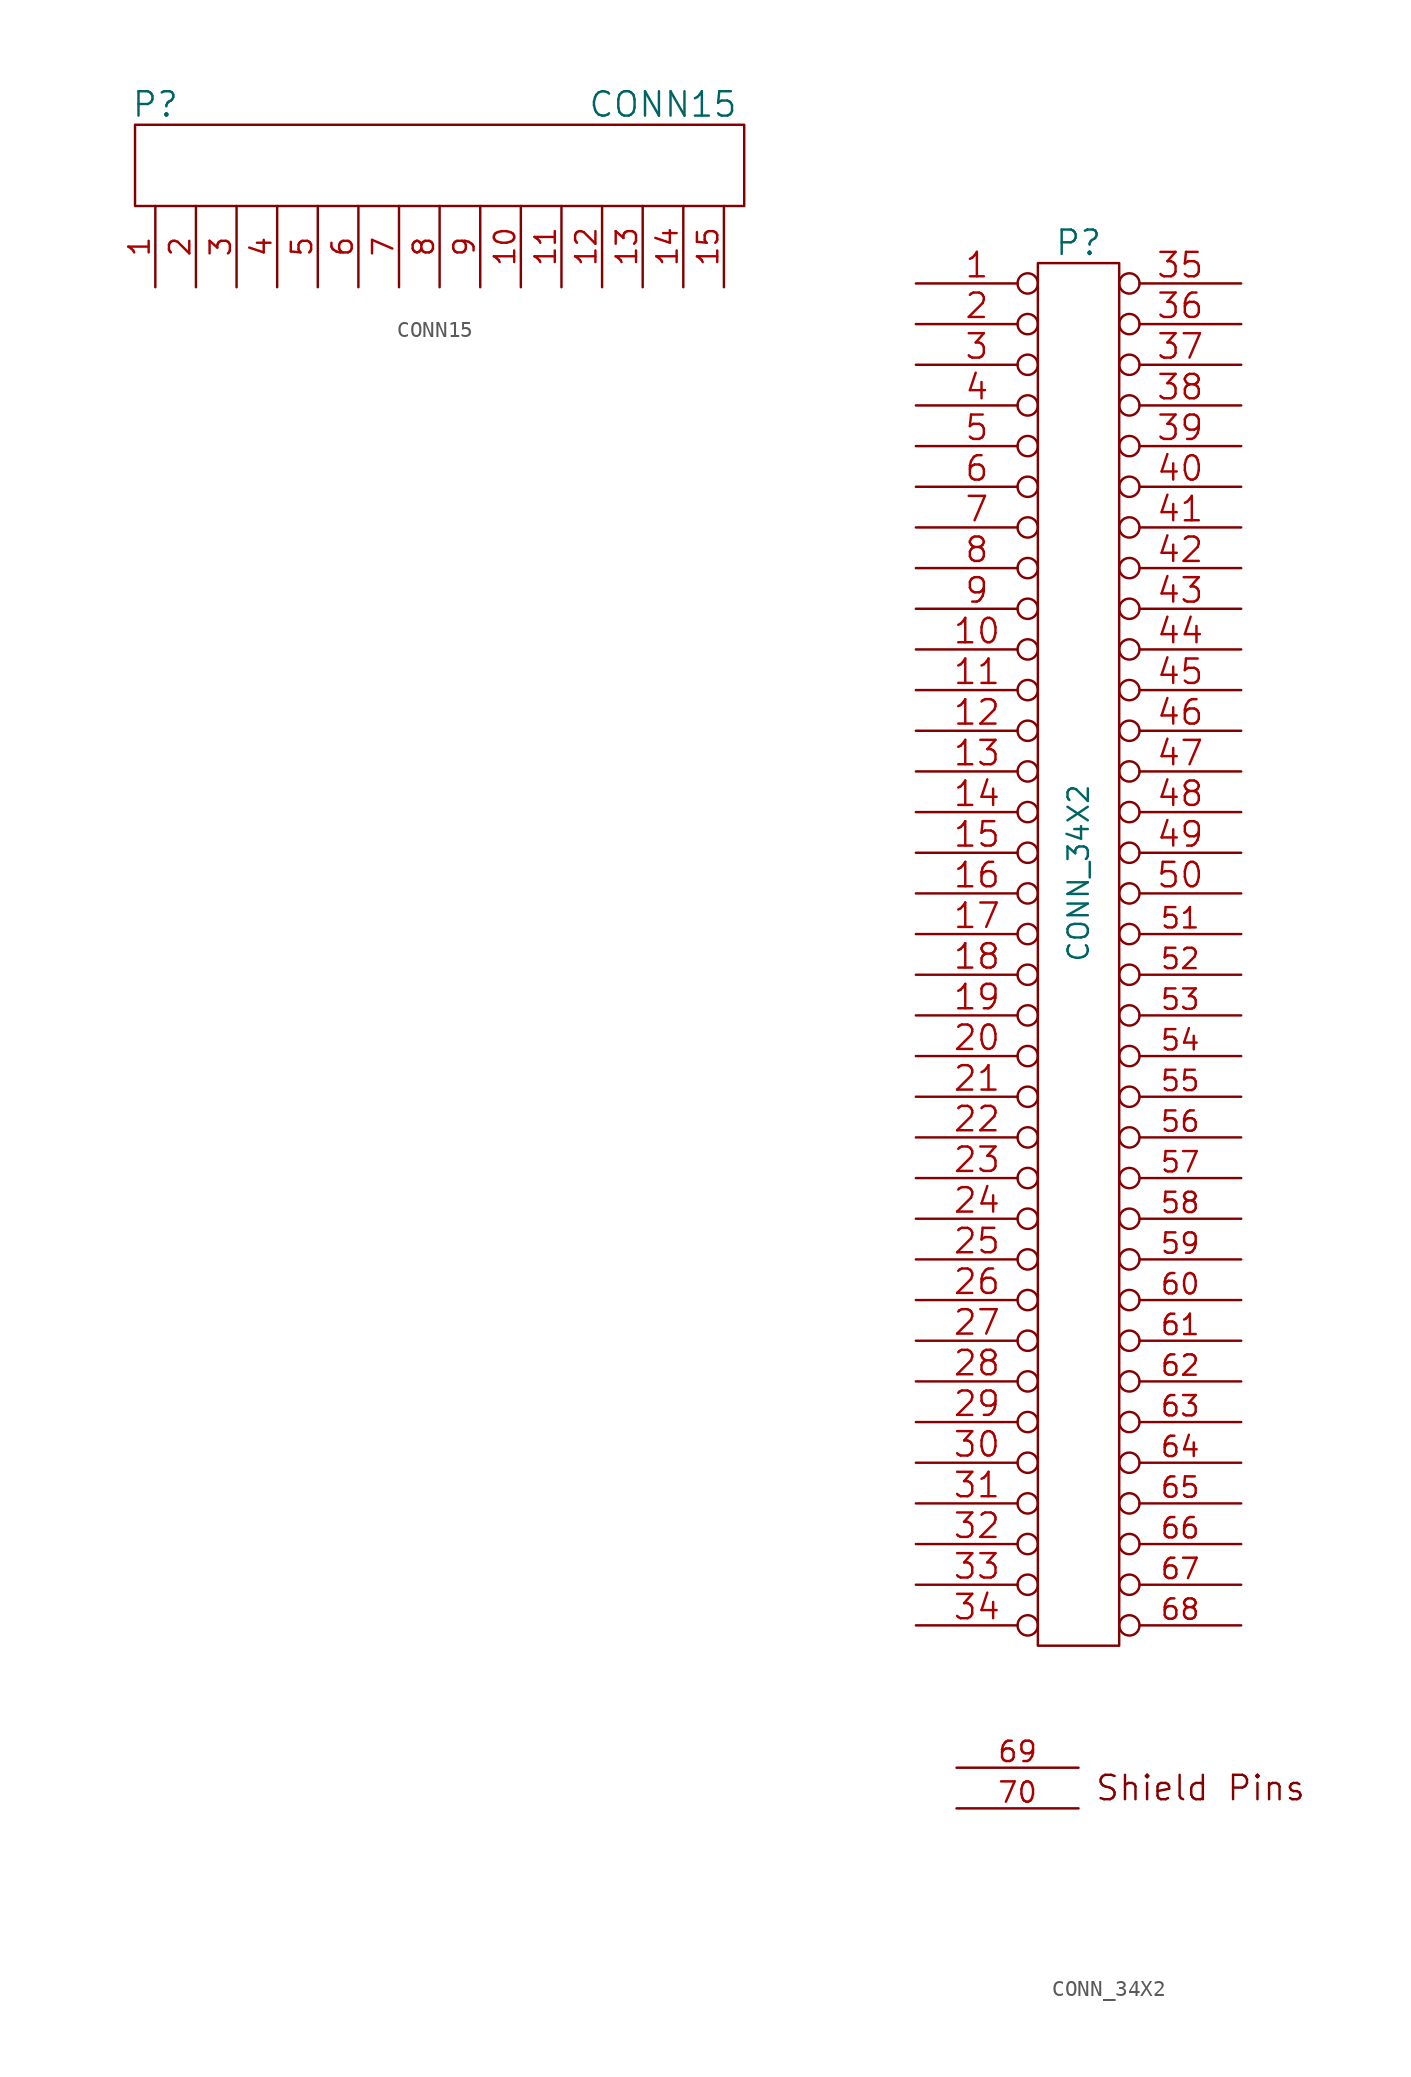
<source format=kicad_sym>
(kicad_symbol_lib
  (version 20231120)
  (generator "kicad_symbol_editor")
  (generator_version "8.0")
  (symbol "CONN15"
    (pin_names
      (offset 1.016))
    (property "Reference" "P"
      (at -17.78 6.35 0)
      (effects (font (size 1.524 1.524))))
    (property "Value" "CONN15"
      (at 13.97 6.35 0)
      (effects (font (size 1.524 1.524))))
    (property "Footprint" ""
      (at 0 0 0)
      (effects (font (size 1.524 1.524))))
    (property "Datasheet" ""
      (at 0 0 0)
      (effects (font (size 1.524 1.524))))
    (symbol "CONN15_0_1"
      (rectangle (start -19.05 5.08) (end 19.05 0) (stroke (width 0) (type solid)) (fill (type none))))
    (symbol "CONN15_1_1"
      (pin passive line (at -17.78 -5.08 90) (length 5.08) (name "~" (effects (font (size 1.27 1.27)))) (number "1" (effects (font (size 1.27 1.27)))))
      (pin passive line (at 5.08 -5.08 90) (length 5.08) (name "~" (effects (font (size 1.27 1.27)))) (number "10" (effects (font (size 1.27 1.27)))))
      (pin passive line (at 7.62 -5.08 90) (length 5.08) (name "~" (effects (font (size 1.27 1.27)))) (number "11" (effects (font (size 1.27 1.27)))))
      (pin passive line (at 10.16 -5.08 90) (length 5.08) (name "~" (effects (font (size 1.27 1.27)))) (number "12" (effects (font (size 1.27 1.27)))))
      (pin passive line (at 12.7 -5.08 90) (length 5.08) (name "~" (effects (font (size 1.27 1.27)))) (number "13" (effects (font (size 1.27 1.27)))))
      (pin passive line (at 15.24 -5.08 90) (length 5.08) (name "~" (effects (font (size 1.27 1.27)))) (number "14" (effects (font (size 1.27 1.27)))))
      (pin passive line (at 17.78 -5.08 90) (length 5.08) (name "~" (effects (font (size 1.27 1.27)))) (number "15" (effects (font (size 1.27 1.27)))))
      (pin passive line (at -15.24 -5.08 90) (length 5.08) (name "~" (effects (font (size 1.27 1.27)))) (number "2" (effects (font (size 1.27 1.27)))))
      (pin passive line (at -12.7 -5.08 90) (length 5.08) (name "~" (effects (font (size 1.27 1.27)))) (number "3" (effects (font (size 1.27 1.27)))))
      (pin passive line (at -10.16 -5.08 90) (length 5.08) (name "~" (effects (font (size 1.27 1.27)))) (number "4" (effects (font (size 1.27 1.27)))))
      (pin passive line (at -7.62 -5.08 90) (length 5.08) (name "~" (effects (font (size 1.27 1.27)))) (number "5" (effects (font (size 1.27 1.27)))))
      (pin passive line (at -5.08 -5.08 90) (length 5.08) (name "~" (effects (font (size 1.27 1.27)))) (number "6" (effects (font (size 1.27 1.27)))))
      (pin passive line (at -2.54 -5.08 90) (length 5.08) (name "~" (effects (font (size 1.27 1.27)))) (number "7" (effects (font (size 1.27 1.27)))))
      (pin passive line (at 0 -5.08 90) (length 5.08) (name "~" (effects (font (size 1.27 1.27)))) (number "8" (effects (font (size 1.27 1.27)))))
      (pin passive line (at 2.54 -5.08 90) (length 5.08) (name "~" (effects (font (size 1.27 1.27)))) (number "9" (effects (font (size 1.27 1.27)))))))
  (symbol "CONN_34X2"
    (pin_names
      (offset 0.254) hide)
    (property "Reference" "P"
      (at 0 44.45 0)
      (effects (font (size 1.524 1.524))))
    (property "Value" "CONN_34X2"
      (at 0 5.08 90)
      (effects (font (size 1.27 1.27))))
    (property "Footprint" ""
      (at 0 5.08 0)
      (effects (font (size 1.524 1.524))))
    (property "Datasheet" ""
      (at 0 5.08 0)
      (effects (font (size 1.524 1.524))))
    (symbol "CONN_34X2_0_0"
      (text "Shield Pins" (at 7.62 -52.07 0) (effects (font (size 1.524 1.524)))))
    (symbol "CONN_34X2_0_1"
      (rectangle (start -2.54 43.18) (end 2.54 -43.18) (stroke (width 0) (type solid)) (fill (type none))))
    (symbol "CONN_34X2_1_1"
      (pin passive inverted (at -10.16 41.91 0) (length 7.62) (name "P1" (effects (font (size 0.762 0.762)))) (number "1" (effects (font (size 1.524 1.524)))))
      (pin passive inverted (at -10.16 19.05 0) (length 7.62) (name "P10" (effects (font (size 0.762 0.762)))) (number "10" (effects (font (size 1.524 1.524)))))
      (pin passive inverted (at -10.16 16.51 0) (length 7.62) (name "P11" (effects (font (size 0.762 0.762)))) (number "11" (effects (font (size 1.524 1.524)))))
      (pin passive inverted (at -10.16 13.97 0) (length 7.62) (name "P12" (effects (font (size 0.762 0.762)))) (number "12" (effects (font (size 1.524 1.524)))))
      (pin passive inverted (at -10.16 11.43 0) (length 7.62) (name "P13" (effects (font (size 0.762 0.762)))) (number "13" (effects (font (size 1.524 1.524)))))
      (pin passive inverted (at -10.16 8.89 0) (length 7.62) (name "P14" (effects (font (size 0.762 0.762)))) (number "14" (effects (font (size 1.524 1.524)))))
      (pin passive inverted (at -10.16 6.35 0) (length 7.62) (name "P15" (effects (font (size 0.762 0.762)))) (number "15" (effects (font (size 1.524 1.524)))))
      (pin passive inverted (at -10.16 3.81 0) (length 7.62) (name "P16" (effects (font (size 0.762 0.762)))) (number "16" (effects (font (size 1.524 1.524)))))
      (pin passive inverted (at -10.16 1.27 0) (length 7.62) (name "P17" (effects (font (size 0.762 0.762)))) (number "17" (effects (font (size 1.524 1.524)))))
      (pin passive inverted (at -10.16 -1.27 0) (length 7.62) (name "P18" (effects (font (size 0.762 0.762)))) (number "18" (effects (font (size 1.524 1.524)))))
      (pin passive inverted (at -10.16 -3.81 0) (length 7.62) (name "P19" (effects (font (size 0.762 0.762)))) (number "19" (effects (font (size 1.524 1.524)))))
      (pin passive inverted (at -10.16 39.37 0) (length 7.62) (name "P2" (effects (font (size 0.762 0.762)))) (number "2" (effects (font (size 1.524 1.524)))))
      (pin passive inverted (at -10.16 -6.35 0) (length 7.62) (name "P20" (effects (font (size 0.762 0.762)))) (number "20" (effects (font (size 1.524 1.524)))))
      (pin passive inverted (at -10.16 -8.89 0) (length 7.62) (name "P21" (effects (font (size 0.762 0.762)))) (number "21" (effects (font (size 1.524 1.524)))))
      (pin passive inverted (at -10.16 -11.43 0) (length 7.62) (name "P22" (effects (font (size 0.762 0.762)))) (number "22" (effects (font (size 1.524 1.524)))))
      (pin passive inverted (at -10.16 -13.97 0) (length 7.62) (name "P23" (effects (font (size 0.762 0.762)))) (number "23" (effects (font (size 1.524 1.524)))))
      (pin passive inverted (at -10.16 -16.51 0) (length 7.62) (name "P24" (effects (font (size 0.762 0.762)))) (number "24" (effects (font (size 1.524 1.524)))))
      (pin passive inverted (at -10.16 -19.05 0) (length 7.62) (name "~" (effects (font (size 0.762 0.762)))) (number "25" (effects (font (size 1.524 1.524)))))
      (pin passive inverted (at -10.16 -21.59 0) (length 7.62) (name "P26" (effects (font (size 0.762 0.762)))) (number "26" (effects (font (size 1.524 1.524)))))
      (pin passive inverted (at -10.16 -24.13 0) (length 7.62) (name "P27" (effects (font (size 0.762 0.762)))) (number "27" (effects (font (size 1.524 1.524)))))
      (pin passive inverted (at -10.16 -26.67 0) (length 7.62) (name "P28" (effects (font (size 0.762 0.762)))) (number "28" (effects (font (size 1.524 1.524)))))
      (pin passive inverted (at -10.16 -29.21 0) (length 7.62) (name "P29" (effects (font (size 0.762 0.762)))) (number "29" (effects (font (size 1.524 1.524)))))
      (pin passive inverted (at -10.16 36.83 0) (length 7.62) (name "P3" (effects (font (size 0.762 0.762)))) (number "3" (effects (font (size 1.524 1.524)))))
      (pin passive inverted (at -10.16 -31.75 0) (length 7.62) (name "P30" (effects (font (size 0.762 0.762)))) (number "30" (effects (font (size 1.524 1.524)))))
      (pin passive inverted (at -10.16 -34.29 0) (length 7.62) (name "P31" (effects (font (size 0.762 0.762)))) (number "31" (effects (font (size 1.524 1.524)))))
      (pin passive inverted (at -10.16 -36.83 0) (length 7.62) (name "P32" (effects (font (size 0.762 0.762)))) (number "32" (effects (font (size 1.524 1.524)))))
      (pin passive inverted (at -10.16 -39.37 0) (length 7.62) (name "P33" (effects (font (size 0.762 0.762)))) (number "33" (effects (font (size 1.524 1.524)))))
      (pin passive inverted (at -10.16 -41.91 0) (length 7.62) (name "P34" (effects (font (size 0.762 0.762)))) (number "34" (effects (font (size 1.524 1.524)))))
      (pin passive inverted (at 10.16 41.91 180) (length 7.62) (name "P35" (effects (font (size 0.762 0.762)))) (number "35" (effects (font (size 1.524 1.524)))))
      (pin passive inverted (at 10.16 39.37 180) (length 7.62) (name "P36" (effects (font (size 0.762 0.762)))) (number "36" (effects (font (size 1.524 1.524)))))
      (pin passive inverted (at 10.16 36.83 180) (length 7.62) (name "P37" (effects (font (size 0.762 0.762)))) (number "37" (effects (font (size 1.524 1.524)))))
      (pin passive inverted (at 10.16 34.29 180) (length 7.62) (name "P38" (effects (font (size 0.762 0.762)))) (number "38" (effects (font (size 1.524 1.524)))))
      (pin passive inverted (at 10.16 31.75 180) (length 7.62) (name "P39" (effects (font (size 0.762 0.762)))) (number "39" (effects (font (size 1.524 1.524)))))
      (pin passive inverted (at -10.16 34.29 0) (length 7.62) (name "P4" (effects (font (size 0.762 0.762)))) (number "4" (effects (font (size 1.524 1.524)))))
      (pin passive inverted (at 10.16 29.21 180) (length 7.62) (name "P40" (effects (font (size 0.762 0.762)))) (number "40" (effects (font (size 1.524 1.524)))))
      (pin passive inverted (at 10.16 26.67 180) (length 7.62) (name "P41" (effects (font (size 0.762 0.762)))) (number "41" (effects (font (size 1.524 1.524)))))
      (pin passive inverted (at 10.16 24.13 180) (length 7.62) (name "P42" (effects (font (size 0.762 0.762)))) (number "42" (effects (font (size 1.524 1.524)))))
      (pin passive inverted (at 10.16 21.59 180) (length 7.62) (name "P43" (effects (font (size 0.762 0.762)))) (number "43" (effects (font (size 1.524 1.524)))))
      (pin passive inverted (at 10.16 19.05 180) (length 7.62) (name "P44" (effects (font (size 0.762 0.762)))) (number "44" (effects (font (size 1.524 1.524)))))
      (pin passive inverted (at 10.16 16.51 180) (length 7.62) (name "P45" (effects (font (size 0.762 0.762)))) (number "45" (effects (font (size 1.524 1.524)))))
      (pin passive inverted (at 10.16 13.97 180) (length 7.62) (name "P46" (effects (font (size 0.762 0.762)))) (number "46" (effects (font (size 1.524 1.524)))))
      (pin passive inverted (at 10.16 11.43 180) (length 7.62) (name "P47" (effects (font (size 0.762 0.762)))) (number "47" (effects (font (size 1.524 1.524)))))
      (pin passive inverted (at 10.16 8.89 180) (length 7.62) (name "P48" (effects (font (size 0.762 0.762)))) (number "48" (effects (font (size 1.524 1.524)))))
      (pin passive inverted (at 10.16 6.35 180) (length 7.62) (name "P49" (effects (font (size 0.762 0.762)))) (number "49" (effects (font (size 1.524 1.524)))))
      (pin passive inverted (at -10.16 31.75 0) (length 7.62) (name "P5" (effects (font (size 0.762 0.762)))) (number "5" (effects (font (size 1.524 1.524)))))
      (pin passive inverted (at 10.16 3.81 180) (length 7.62) (name "P50" (effects (font (size 0.762 0.762)))) (number "50" (effects (font (size 1.524 1.524)))))
      (pin passive inverted (at 10.16 1.27 180) (length 7.62) (name "P51" (effects (font (size 1.27 1.27)))) (number "51" (effects (font (size 1.27 1.27)))))
      (pin passive inverted (at 10.16 -1.27 180) (length 7.62) (name "P52" (effects (font (size 1.27 1.27)))) (number "52" (effects (font (size 1.27 1.27)))))
      (pin passive inverted (at 10.16 -3.81 180) (length 7.62) (name "P53" (effects (font (size 1.27 1.27)))) (number "53" (effects (font (size 1.27 1.27)))))
      (pin passive inverted (at 10.16 -6.35 180) (length 7.62) (name "P54" (effects (font (size 1.27 1.27)))) (number "54" (effects (font (size 1.27 1.27)))))
      (pin passive inverted (at 10.16 -8.89 180) (length 7.62) (name "P55" (effects (font (size 1.27 1.27)))) (number "55" (effects (font (size 1.27 1.27)))))
      (pin passive inverted (at 10.16 -11.43 180) (length 7.62) (name "P56" (effects (font (size 1.27 1.27)))) (number "56" (effects (font (size 1.27 1.27)))))
      (pin passive inverted (at 10.16 -13.97 180) (length 7.62) (name "P57" (effects (font (size 1.27 1.27)))) (number "57" (effects (font (size 1.27 1.27)))))
      (pin passive inverted (at 10.16 -16.51 180) (length 7.62) (name "P58" (effects (font (size 1.27 1.27)))) (number "58" (effects (font (size 1.27 1.27)))))
      (pin passive inverted (at 10.16 -19.05 180) (length 7.62) (name "P59" (effects (font (size 1.27 1.27)))) (number "59" (effects (font (size 1.27 1.27)))))
      (pin passive inverted (at -10.16 29.21 0) (length 7.62) (name "P6" (effects (font (size 0.762 0.762)))) (number "6" (effects (font (size 1.524 1.524)))))
      (pin passive inverted (at 10.16 -21.59 180) (length 7.62) (name "P60" (effects (font (size 1.27 1.27)))) (number "60" (effects (font (size 1.27 1.27)))))
      (pin input inverted (at 10.16 -24.13 180) (length 7.62) (name "~" (effects (font (size 1.27 1.27)))) (number "61" (effects (font (size 1.27 1.27)))))
      (pin input inverted (at 10.16 -26.67 180) (length 7.62) (name "~" (effects (font (size 1.27 1.27)))) (number "62" (effects (font (size 1.27 1.27)))))
      (pin input inverted (at 10.16 -29.21 180) (length 7.62) (name "~" (effects (font (size 1.27 1.27)))) (number "63" (effects (font (size 1.27 1.27)))))
      (pin input inverted (at 10.16 -31.75 180) (length 7.62) (name "~" (effects (font (size 1.27 1.27)))) (number "64" (effects (font (size 1.27 1.27)))))
      (pin input inverted (at 10.16 -34.29 180) (length 7.62) (name "~" (effects (font (size 1.27 1.27)))) (number "65" (effects (font (size 1.27 1.27)))))
      (pin input inverted (at 10.16 -36.83 180) (length 7.62) (name "~" (effects (font (size 1.27 1.27)))) (number "66" (effects (font (size 1.27 1.27)))))
      (pin input inverted (at 10.16 -39.37 180) (length 7.62) (name "~" (effects (font (size 1.27 1.27)))) (number "67" (effects (font (size 1.27 1.27)))))
      (pin output inverted (at 10.16 -41.91 180) (length 7.62) (name "~" (effects (font (size 1.27 1.27)))) (number "68" (effects (font (size 1.27 1.27)))))
      (pin input line (at -7.62 -50.8 0) (length 7.62) (name "~" (effects (font (size 0.762 0.762)))) (number "69" (effects (font (size 1.27 1.27)))))
      (pin passive inverted (at -10.16 26.67 0) (length 7.62) (name "P7" (effects (font (size 0.762 0.762)))) (number "7" (effects (font (size 1.524 1.524)))))
      (pin input line (at -7.62 -53.34 0) (length 7.62) (name "~" (effects (font (size 0.762 0.762)))) (number "70" (effects (font (size 1.27 1.27)))))
      (pin passive inverted (at -10.16 24.13 0) (length 7.62) (name "P8" (effects (font (size 0.762 0.762)))) (number "8" (effects (font (size 1.524 1.524)))))
      (pin passive inverted (at -10.16 21.59 0) (length 7.62) (name "P9" (effects (font (size 0.762 0.762)))) (number "9" (effects (font (size 1.524 1.524))))))))
</source>
